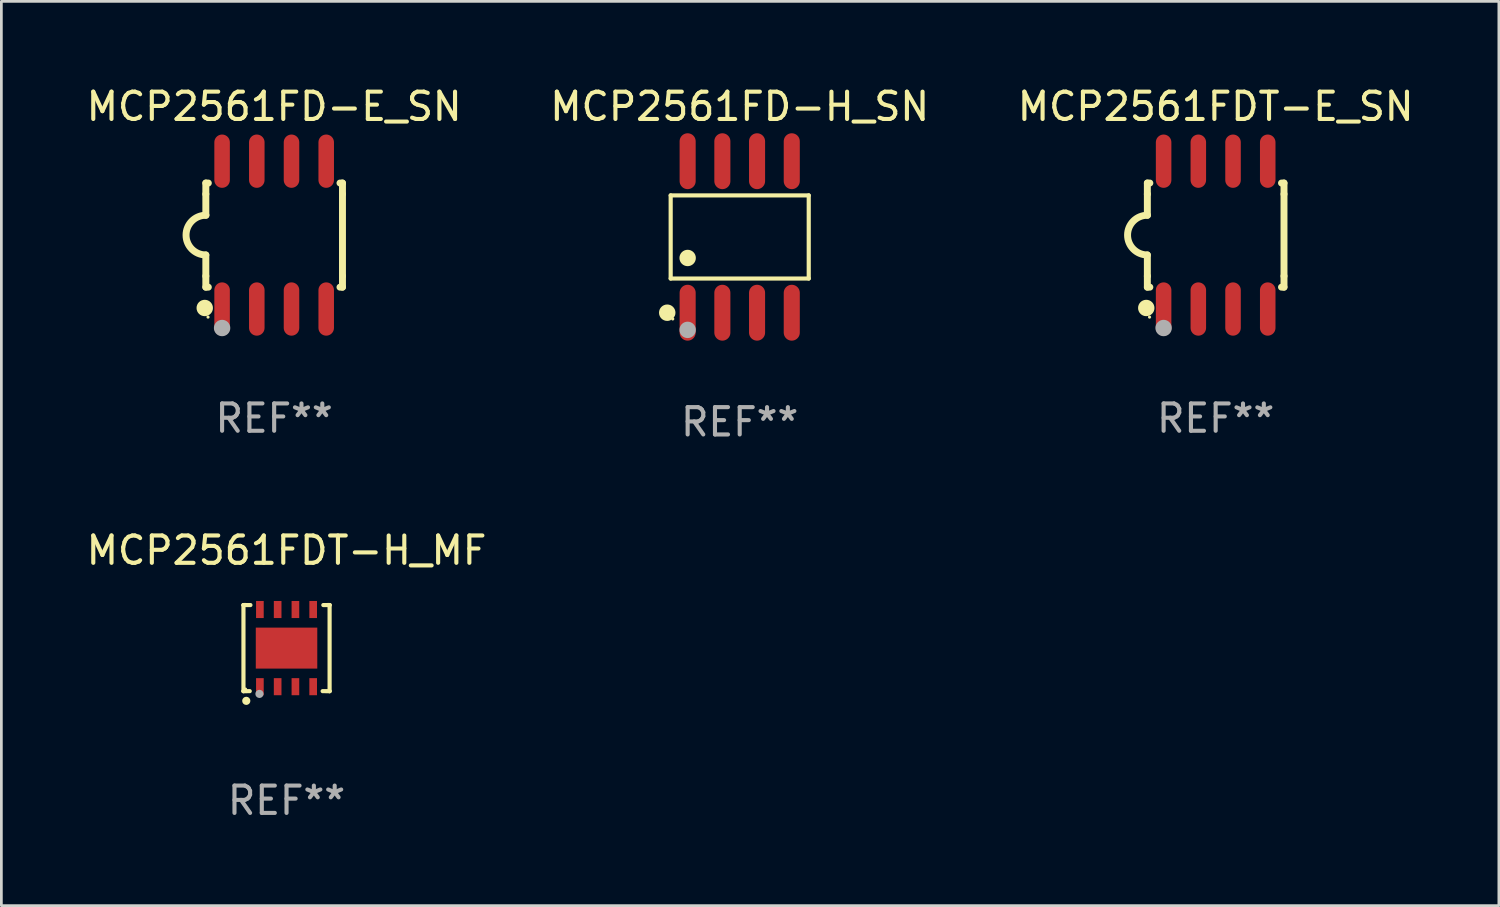
<source format=kicad_pcb>
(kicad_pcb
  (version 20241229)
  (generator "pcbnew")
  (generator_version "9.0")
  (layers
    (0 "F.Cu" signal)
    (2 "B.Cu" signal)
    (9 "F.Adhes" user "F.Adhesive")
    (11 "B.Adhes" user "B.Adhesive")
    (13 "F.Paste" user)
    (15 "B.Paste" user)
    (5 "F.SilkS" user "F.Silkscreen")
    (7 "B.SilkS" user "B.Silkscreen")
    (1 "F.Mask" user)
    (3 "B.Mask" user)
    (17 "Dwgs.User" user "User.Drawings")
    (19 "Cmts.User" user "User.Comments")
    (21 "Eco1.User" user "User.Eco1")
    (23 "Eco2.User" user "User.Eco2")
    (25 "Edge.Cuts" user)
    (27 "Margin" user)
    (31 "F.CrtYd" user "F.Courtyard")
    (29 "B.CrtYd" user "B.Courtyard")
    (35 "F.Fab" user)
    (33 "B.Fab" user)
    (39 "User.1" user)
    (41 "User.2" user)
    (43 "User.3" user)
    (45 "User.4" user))
  (footprint "MCP2561FD-H_SN"
    (layer "F.Cu")
    (at 24.018 5.621)
    (property "Reference" "MCP2561FD-H_SN" (at 0 -4.772 0) (layer "F.SilkS") (effects (font (size 1 1) (thickness 0.15))))
    (attr through_hole)
    (fp_line (start -2.526 -1.521) (end 2.526 -1.521) (stroke (width 0.152) (type solid)) (layer "F.SilkS"))
    (fp_line (start -2.526 1.521) (end -2.526 -1.521) (stroke (width 0.152) (type solid)) (layer "F.SilkS"))
    (fp_line (start 2.526 -1.521) (end 2.526 1.521) (stroke (width 0.152) (type solid)) (layer "F.SilkS"))
    (fp_line (start 2.526 1.521) (end -2.526 1.521) (stroke (width 0.152) (type solid)) (layer "F.SilkS"))
    (fp_circle (center -2.652 2.772) (end -2.501 2.772) (stroke (width 0.3) (type solid)) (fill no) (layer "F.SilkS"))
    (fp_circle (center -2.45 3) (end -2.42 3) (stroke (width 0.06) (type solid)) (fill no) (layer "F.SilkS"))
    (fp_circle (center -1.905 0.769) (end -1.755 0.769) (stroke (width 0.3) (type solid)) (fill no) (layer "F.SilkS"))
    (fp_circle (center -1.905 3.4) (end -1.755 3.4) (stroke (width 0.3) (type solid)) (fill no) (layer "F.Fab"))
    (fp_text user "REF**" (at 0 6.772 0) (layer "F.Fab") (effects (font (size 1 1) (thickness 0.15))))
    (pad "1" smd oval (at -1.905 2.772) (size 0.588 2.045) (layers "F.Cu" "F.Mask" "F.Paste"))
    (pad "2" smd oval (at -0.635 2.772) (size 0.588 2.045) (layers "F.Cu" "F.Mask" "F.Paste"))
    (pad "3" smd oval (at 0.635 2.772) (size 0.588 2.045) (layers "F.Cu" "F.Mask" "F.Paste"))
    (pad "4" smd oval (at 1.905 2.772) (size 0.588 2.045) (layers "F.Cu" "F.Mask" "F.Paste"))
    (pad "5" smd oval (at 1.905 -2.772) (size 0.588 2.045) (layers "F.Cu" "F.Mask" "F.Paste"))
    (pad "6" smd oval (at 0.635 -2.772) (size 0.588 2.045) (layers "F.Cu" "F.Mask" "F.Paste"))
    (pad "7" smd oval (at -0.635 -2.772) (size 0.588 2.045) (layers "F.Cu" "F.Mask" "F.Paste"))
    (pad "8" smd oval (at -1.905 -2.772) (size 0.588 2.045) (layers "F.Cu" "F.Mask" "F.Paste")))
  (footprint "MCP2561FDT-H_MF"
    (layer "F.Cu")
    (at 7.435 20.666)
    (property "Reference" "MCP2561FDT-H_MF" (at 0 -3.576 0) (layer "F.SilkS") (effects (font (size 1 1) (thickness 0.15))))
    (attr through_hole)
    (fp_line (start -1.576 -1.576) (end -1.576 -1.576) (stroke (width 0.152) (type solid)) (layer "F.SilkS"))
    (fp_line (start -1.576 -1.576) (end -1.576 1.576) (stroke (width 0.152) (type solid)) (layer "F.SilkS"))
    (fp_line (start -1.576 1.576) (end -1.576 1.576) (stroke (width 0.152) (type solid)) (layer "F.SilkS"))
    (fp_line (start -1.576 1.576) (end -1.346 1.575) (stroke (width 0.152) (type solid)) (layer "F.SilkS"))
    (fp_line (start -1.321 -1.575) (end -1.576 -1.576) (stroke (width 0.152) (type solid)) (layer "F.SilkS"))
    (fp_line (start 1.321 1.575) (end 1.576 1.576) (stroke (width 0.152) (type solid)) (layer "F.SilkS"))
    (fp_line (start 1.576 -1.576) (end 1.346 -1.575) (stroke (width 0.152) (type solid)) (layer "F.SilkS"))
    (fp_line (start 1.576 -1.576) (end 1.576 -1.576) (stroke (width 0.152) (type solid)) (layer "F.SilkS"))
    (fp_line (start 1.576 1.576) (end 1.576 -1.576) (stroke (width 0.152) (type solid)) (layer "F.SilkS"))
    (fp_line (start 1.576 1.576) (end 1.576 1.576) (stroke (width 0.152) (type solid)) (layer "F.SilkS"))
    (fp_circle (center -1.5 1.5) (end -1.47 1.5) (stroke (width 0.06) (type solid)) (fill no) (layer "F.SilkS"))
    (fp_circle (center -1.473 1.93) (end -1.398 1.93) (stroke (width 0.15) (type solid)) (fill no) (layer "F.SilkS"))
    (fp_circle (center -0.991 1.676) (end -0.916 1.676) (stroke (width 0.15) (type solid)) (fill no) (layer "F.Fab"))
    (fp_text user "REF**" (at 0 5.576 0) (layer "F.Fab") (effects (font (size 1 1) (thickness 0.15))))
    (pad "1" smd rect (at -0.975 1.412) (size 0.28 0.625) (layers "F.Cu" "F.Mask" "F.Paste"))
    (pad "2" smd rect (at -0.325 1.412) (size 0.28 0.625) (layers "F.Cu" "F.Mask" "F.Paste"))
    (pad "3" smd rect (at 0.325 1.412) (size 0.28 0.625) (layers "F.Cu" "F.Mask" "F.Paste"))
    (pad "4" smd rect (at 0.975 1.412) (size 0.28 0.625) (layers "F.Cu" "F.Mask" "F.Paste"))
    (pad "5" smd rect (at 0.975 -1.412) (size 0.28 0.625) (layers "F.Cu" "F.Mask" "F.Paste"))
    (pad "6" smd rect (at 0.325 -1.412) (size 0.28 0.625) (layers "F.Cu" "F.Mask" "F.Paste"))
    (pad "7" smd rect (at -0.325 -1.412) (size 0.28 0.625) (layers "F.Cu" "F.Mask" "F.Paste"))
    (pad "8" smd rect (at -0.975 -1.412) (size 0.28 0.625) (layers "F.Cu" "F.Mask" "F.Paste"))
    (pad "9" smd rect (at 0 0) (size 2.25 1.5) (layers "F.Cu" "F.Mask" "F.Paste")))
  (footprint "MCP2561FDT-E_SN"
    (layer "F.Cu")
    (at 41.435 5.553)
    (property "Reference" "MCP2561FDT-E_SN" (at 0 -4.705 0) (layer "F.SilkS") (effects (font (size 1 1) (thickness 0.15))))
    (attr through_hole)
    (fp_line (start -2.5 -1.905) (end -2.409 -1.905) (stroke (width 0.254) (type solid)) (layer "F.SilkS"))
    (fp_line (start -2.5 -1.5) (end -2.5 -1.905) (stroke (width 0.254) (type solid)) (layer "F.SilkS"))
    (fp_line (start -2.5 -1.5) (end -2.5 -0.726) (stroke (width 0.254) (type solid)) (layer "F.SilkS"))
    (fp_line (start -2.5 1.5) (end -2.5 0.727) (stroke (width 0.254) (type solid)) (layer "F.SilkS"))
    (fp_line (start -2.5 1.5) (end -2.5 1.905) (stroke (width 0.254) (type solid)) (layer "F.SilkS"))
    (fp_line (start -2.5 1.905) (end -2.409 1.905) (stroke (width 0.254) (type solid)) (layer "F.SilkS"))
    (fp_line (start 2.5 -1.905) (end 2.409 -1.905) (stroke (width 0.254) (type solid)) (layer "F.SilkS"))
    (fp_line (start 2.5 -1.5) (end 2.5 -1.905) (stroke (width 0.254) (type solid)) (layer "F.SilkS"))
    (fp_line (start 2.5 -1.5) (end 2.5 1.5) (stroke (width 0.254) (type solid)) (layer "F.SilkS"))
    (fp_line (start 2.5 1.5) (end 2.5 1.905) (stroke (width 0.254) (type solid)) (layer "F.SilkS"))
    (fp_line (start 2.5 1.905) (end 2.409 1.905) (stroke (width 0.254) (type solid)) (layer "F.SilkS"))
    (fp_arc (start -2.5 0.726568) (mid -3.220316 -0.0023) (end -2.495097 -0.726289) (stroke (width 0.254001) (type solid)) (layer "F.SilkS"))
    (fp_circle (center -2.54 2.667) (end -2.39 2.667) (stroke (width 0.3) (type solid)) (fill no) (layer "F.SilkS"))
    (fp_circle (center -2.42 3) (end -2.39 3) (stroke (width 0.06) (type solid)) (fill no) (layer "F.SilkS"))
    (fp_circle (center -1.905 3.4) (end -1.755 3.4) (stroke (width 0.3) (type solid)) (fill no) (layer "F.Fab"))
    (fp_text user "REF**" (at 0 6.705 0) (layer "F.Fab") (effects (font (size 1 1) (thickness 0.15))))
    (pad "1" smd oval (at -1.905 2.705) (size 0.568 1.95) (layers "F.Cu" "F.Mask" "F.Paste"))
    (pad "2" smd oval (at -0.635 2.705) (size 0.568 1.95) (layers "F.Cu" "F.Mask" "F.Paste"))
    (pad "3" smd oval (at 0.635 2.705) (size 0.568 1.95) (layers "F.Cu" "F.Mask" "F.Paste"))
    (pad "4" smd oval (at 1.905 2.705) (size 0.568 1.95) (layers "F.Cu" "F.Mask" "F.Paste"))
    (pad "5" smd oval (at 1.905 -2.705) (size 0.568 1.95) (layers "F.Cu" "F.Mask" "F.Paste"))
    (pad "6" smd oval (at 0.635 -2.705) (size 0.568 1.95) (layers "F.Cu" "F.Mask" "F.Paste"))
    (pad "7" smd oval (at -0.635 -2.705) (size 0.568 1.95) (layers "F.Cu" "F.Mask" "F.Paste"))
    (pad "8" smd oval (at -1.905 -2.705) (size 0.568 1.95) (layers "F.Cu" "F.Mask" "F.Paste")))
  (footprint "MCP2561FD-E_SN"
    (layer "F.Cu")
    (at 6.982 5.553)
    (property "Reference" "MCP2561FD-E_SN" (at 0 -4.705 0) (layer "F.SilkS") (effects (font (size 1 1) (thickness 0.15))))
    (attr through_hole)
    (fp_line (start -2.5 -1.905) (end -2.409 -1.905) (stroke (width 0.254) (type solid)) (layer "F.SilkS"))
    (fp_line (start -2.5 -1.5) (end -2.5 -1.905) (stroke (width 0.254) (type solid)) (layer "F.SilkS"))
    (fp_line (start -2.5 -1.5) (end -2.5 -0.726) (stroke (width 0.254) (type solid)) (layer "F.SilkS"))
    (fp_line (start -2.5 1.5) (end -2.5 0.727) (stroke (width 0.254) (type solid)) (layer "F.SilkS"))
    (fp_line (start -2.5 1.5) (end -2.5 1.905) (stroke (width 0.254) (type solid)) (layer "F.SilkS"))
    (fp_line (start -2.5 1.905) (end -2.409 1.905) (stroke (width 0.254) (type solid)) (layer "F.SilkS"))
    (fp_line (start 2.5 -1.905) (end 2.409 -1.905) (stroke (width 0.254) (type solid)) (layer "F.SilkS"))
    (fp_line (start 2.5 -1.5) (end 2.5 -1.905) (stroke (width 0.254) (type solid)) (layer "F.SilkS"))
    (fp_line (start 2.5 -1.5) (end 2.5 1.5) (stroke (width 0.254) (type solid)) (layer "F.SilkS"))
    (fp_line (start 2.5 1.5) (end 2.5 1.905) (stroke (width 0.254) (type solid)) (layer "F.SilkS"))
    (fp_line (start 2.5 1.905) (end 2.409 1.905) (stroke (width 0.254) (type solid)) (layer "F.SilkS"))
    (fp_arc (start -2.5 0.726568) (mid -3.220316 -0.0023) (end -2.495097 -0.726289) (stroke (width 0.254001) (type solid)) (layer "F.SilkS"))
    (fp_circle (center -2.54 2.667) (end -2.39 2.667) (stroke (width 0.3) (type solid)) (fill no) (layer "F.SilkS"))
    (fp_circle (center -2.42 3) (end -2.39 3) (stroke (width 0.06) (type solid)) (fill no) (layer "F.SilkS"))
    (fp_circle (center -1.905 3.4) (end -1.755 3.4) (stroke (width 0.3) (type solid)) (fill no) (layer "F.Fab"))
    (fp_text user "REF**" (at 0 6.705 0) (layer "F.Fab") (effects (font (size 1 1) (thickness 0.15))))
    (pad "1" smd oval (at -1.905 2.705) (size 0.568 1.95) (layers "F.Cu" "F.Mask" "F.Paste"))
    (pad "2" smd oval (at -0.635 2.705) (size 0.568 1.95) (layers "F.Cu" "F.Mask" "F.Paste"))
    (pad "3" smd oval (at 0.635 2.705) (size 0.568 1.95) (layers "F.Cu" "F.Mask" "F.Paste"))
    (pad "4" smd oval (at 1.905 2.705) (size 0.568 1.95) (layers "F.Cu" "F.Mask" "F.Paste"))
    (pad "5" smd oval (at 1.905 -2.705) (size 0.568 1.95) (layers "F.Cu" "F.Mask" "F.Paste"))
    (pad "6" smd oval (at 0.635 -2.705) (size 0.568 1.95) (layers "F.Cu" "F.Mask" "F.Paste"))
    (pad "7" smd oval (at -0.635 -2.705) (size 0.568 1.95) (layers "F.Cu" "F.Mask" "F.Paste"))
    (pad "8" smd oval (at -1.905 -2.705) (size 0.568 1.95) (layers "F.Cu" "F.Mask" "F.Paste")))
  (gr_rect
    (start -3 -3)
    (end 51.798 30.09)
    (stroke (width 0.1) (type default))
    (fill no)
    (layer "Edge.Cuts")))
</source>
